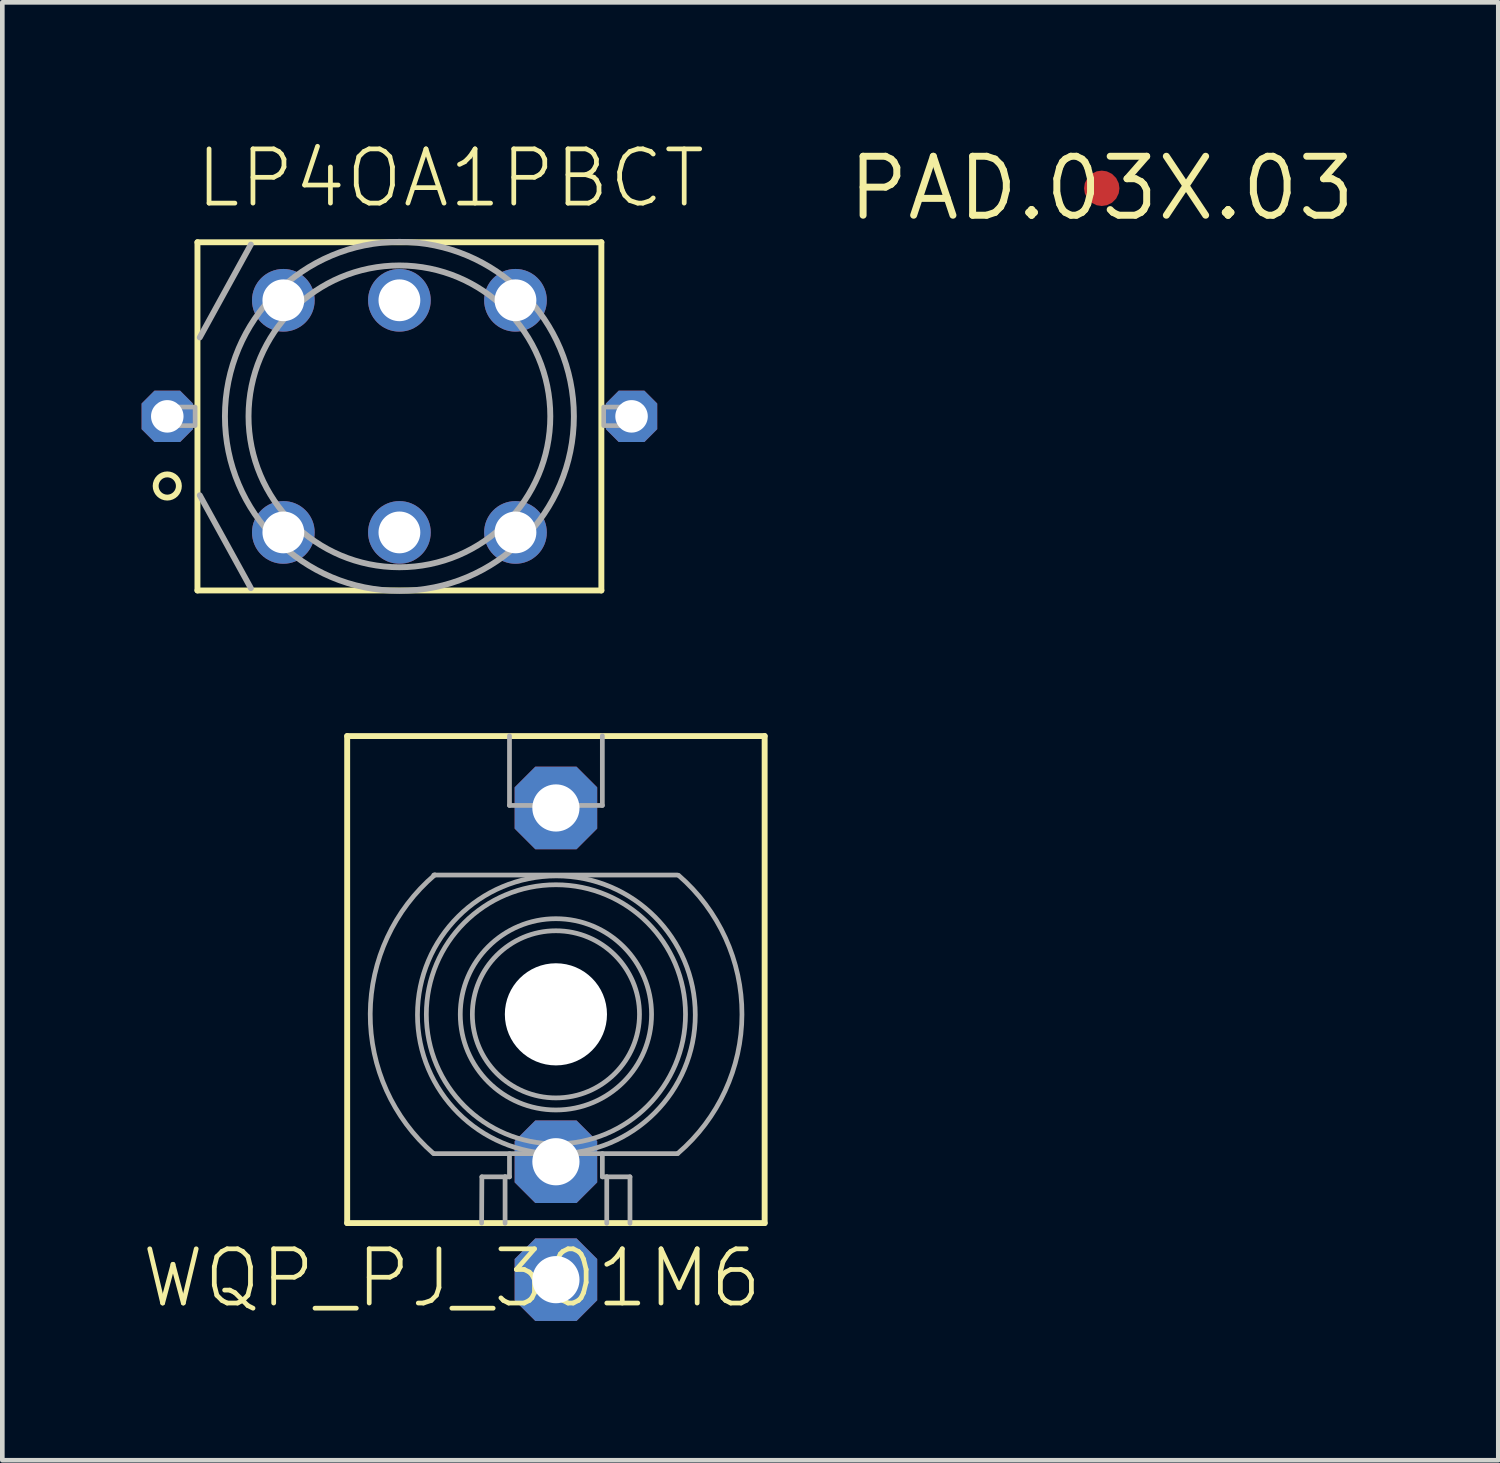
<source format=kicad_pcb>
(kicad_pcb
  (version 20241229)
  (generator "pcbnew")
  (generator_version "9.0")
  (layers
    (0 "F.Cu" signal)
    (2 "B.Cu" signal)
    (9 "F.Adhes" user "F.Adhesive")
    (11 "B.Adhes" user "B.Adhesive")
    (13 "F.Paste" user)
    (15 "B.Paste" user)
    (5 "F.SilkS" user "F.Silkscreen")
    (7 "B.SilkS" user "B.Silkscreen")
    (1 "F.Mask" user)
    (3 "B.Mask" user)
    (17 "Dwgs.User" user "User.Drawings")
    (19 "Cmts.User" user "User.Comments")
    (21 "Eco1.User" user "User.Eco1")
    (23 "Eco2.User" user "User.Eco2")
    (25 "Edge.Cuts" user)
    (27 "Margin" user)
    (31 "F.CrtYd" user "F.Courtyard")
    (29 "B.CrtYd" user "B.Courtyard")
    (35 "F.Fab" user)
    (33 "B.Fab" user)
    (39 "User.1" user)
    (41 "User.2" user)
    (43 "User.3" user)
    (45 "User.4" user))
  (footprint "WQP_PJ_301M6"
    (layer "F.Cu")
    (at 8.924 18.798)
    (property "Reference" "WQP_PJ_301M6" (at 4.5 5 0) (layer "F.SilkS") (effects (font (size 1.168 1.168) (thickness 0.102)) (justify right top)))
    (fp_line (start -4.496 -5.994) (end 4.496 -5.994) (stroke (width 0.127) (type solid)) (layer "F.SilkS"))
    (fp_line (start -4.496 4.496) (end -4.496 -5.994) (stroke (width 0.127) (type solid)) (layer "F.SilkS"))
    (fp_line (start 4.496 -5.994) (end 4.496 4.496) (stroke (width 0.127) (type solid)) (layer "F.SilkS"))
    (fp_line (start 4.496 4.496) (end -4.496 4.496) (stroke (width 0.127) (type solid)) (layer "F.SilkS"))
    (fp_line (start -2.631 -3) (end 2.62 -3) (stroke (width 0.102) (type solid)) (layer "F.Fab"))
    (fp_line (start -2.631 3) (end 2.62 3) (stroke (width 0.102) (type solid)) (layer "F.Fab"))
    (fp_line (start -1.6 4.496) (end -1.595 3.5) (stroke (width 0.102) (type solid)) (layer "F.Fab"))
    (fp_line (start -1.595 3.5) (end -1.095 3.5) (stroke (width 0.102) (type solid)) (layer "F.Fab"))
    (fp_line (start -1.095 3.5) (end -1.095 4.5) (stroke (width 0.102) (type solid)) (layer "F.Fab"))
    (fp_line (start -1.095 3.5) (end -1 3.5) (stroke (width 0.102) (type solid)) (layer "F.Fab"))
    (fp_line (start -1 -4.5) (end -1 -6) (stroke (width 0.102) (type solid)) (layer "F.Fab"))
    (fp_line (start -1 0) (end 1 0) (stroke (width 0.102) (type solid)) (layer "F.Fab"))
    (fp_line (start -1 3.5) (end -1 3) (stroke (width 0.102) (type solid)) (layer "F.Fab"))
    (fp_line (start 0 -1) (end 0 1) (stroke (width 0.102) (type solid)) (layer "F.Fab"))
    (fp_line (start 1 -6) (end 1 -4.5) (stroke (width 0.102) (type solid)) (layer "F.Fab"))
    (fp_line (start 1 -4.5) (end -1 -4.5) (stroke (width 0.102) (type solid)) (layer "F.Fab"))
    (fp_line (start 1 3) (end 1 3.5) (stroke (width 0.102) (type solid)) (layer "F.Fab"))
    (fp_line (start 1 3.5) (end 1.095 3.5) (stroke (width 0.102) (type solid)) (layer "F.Fab"))
    (fp_line (start 1.095 3.5) (end 1.095 4.5) (stroke (width 0.102) (type solid)) (layer "F.Fab"))
    (fp_line (start 1.095 3.5) (end 1.595 3.5) (stroke (width 0.102) (type solid)) (layer "F.Fab"))
    (fp_line (start 1.595 3.5) (end 1.595 4.5) (stroke (width 0.102) (type solid)) (layer "F.Fab"))
    (fp_arc (start -2.641998 2.994) (mid -3.999529 -0.012791) (end -2.608 -3.004) (stroke (width 0.1016) (type solid)) (layer "F.Fab"))
    (fp_arc (start 2.642 -2.994) (mid 4.007235 0.003208) (end 2.628 2.994) (stroke (width 0.1016) (type solid)) (layer "F.Fab"))
    (fp_circle (center 0 0) (end 1.8 0) (stroke (width 0.102) (type solid)) (fill no) (layer "F.Fab"))
    (fp_circle (center 0 0) (end 2.06 0) (stroke (width 0.102) (type solid)) (fill no) (layer "F.Fab"))
    (fp_circle (center 0 0) (end 2.791 0) (stroke (width 0.102) (type solid)) (fill no) (layer "F.Fab"))
    (fp_circle (center 0.01 0.01) (end 3.002 0.01) (stroke (width 0.102) (type solid)) (fill no) (layer "F.Fab"))
    (pad "" np_thru_hole circle (at 0 0) (size 2.2 2.2) (drill 2.2) (layers "*.Cu" "*.Mask"))
    (pad "P1" thru_hole roundrect (at 0 5.715) (size 1.778 1.778) (drill 1.016) (layers "*.Cu" "*.Mask") (roundrect_rratio 0.25) (chamfer_ratio 0.25) (chamfer top_left top_right bottom_left bottom_right))
    (pad "P2" thru_hole roundrect (at 0 3.175) (size 1.778 1.778) (drill 1.016) (layers "*.Cu" "*.Mask") (roundrect_rratio 0.25) (chamfer_ratio 0.25) (chamfer top_left top_right bottom_left bottom_right))
    (pad "P3" thru_hole roundrect (at 0 -4.445) (size 1.778 1.778) (drill 1.016) (layers "*.Cu" "*.Mask") (roundrect_rratio 0.25) (chamfer_ratio 0.25) (chamfer top_left top_right bottom_left bottom_right)))
  (footprint "LP4OA1PBCT"
    (layer "F.Cu")
    (at 5.553 5.918)
    (property "Reference" "LP4OA1PBCT" (at -4.445 -4.445 0) (layer "F.SilkS") (effects (font (size 1.168 1.168) (thickness 0.102)) (justify left bottom)))
    (fp_line (start -4.35 -3.75) (end 4.35 -3.75) (stroke (width 0.127) (type solid)) (layer "F.SilkS"))
    (fp_line (start -4.35 3.75) (end -4.35 -3.75) (stroke (width 0.127) (type solid)) (layer "F.SilkS"))
    (fp_line (start -4.35 3.75) (end 4.35 3.75) (stroke (width 0.127) (type solid)) (layer "F.SilkS"))
    (fp_line (start 4.35 3.75) (end 4.35 -3.75) (stroke (width 0.127) (type solid)) (layer "F.SilkS"))
    (fp_circle (center -5 1.5) (end -4.75 1.5) (stroke (width 0.127) (type solid)) (fill no) (layer "F.SilkS"))
    (fp_line (start -4.3 1.7) (end -3.2 3.7) (stroke (width 0.127) (type solid)) (layer "F.Fab"))
    (fp_line (start -3.2 -3.7) (end -4.3 -1.7) (stroke (width 0.127) (type solid)) (layer "F.Fab"))
    (fp_circle (center 0 0) (end 3.25 0) (stroke (width 0.127) (type solid)) (fill no) (layer "F.Fab"))
    (fp_circle (center 0 0) (end 3.758 0) (stroke (width 0.127) (type solid)) (fill no) (layer "F.Fab"))
    (fp_poly (pts (xy -5 0.2) (xy -4.4 0.2) (xy -4.4 -0.2) (xy -5 -0.2)) (stroke (width 0.1) (type solid)) (fill no) (layer "F.Fab"))
    (fp_poly (pts (xy 4.4 0.2) (xy 5 0.2) (xy 5 -0.2) (xy 4.4 -0.2)) (stroke (width 0.1) (type solid)) (fill no) (layer "F.Fab"))
    (pad "L1" thru_hole roundrect (at 5 0) (size 1.106 1.106) (drill 0.7) (layers "*.Cu" "*.Mask") (roundrect_rratio 0.25) (chamfer_ratio 0.25) (chamfer top_left top_right bottom_left bottom_right))
    (pad "L2" thru_hole roundrect (at -5 0) (size 1.106 1.106) (drill 0.7) (layers "*.Cu" "*.Mask") (roundrect_rratio 0.25) (chamfer_ratio 0.25) (chamfer top_left top_right bottom_left bottom_right))
    (pad "P1" thru_hole circle (at 2.5 -2.5) (size 1.35 1.35) (drill 0.9) (layers "*.Cu" "*.Mask"))
    (pad "P2" thru_hole circle (at 0 -2.5) (size 1.35 1.35) (drill 0.9) (layers "*.Cu" "*.Mask"))
    (pad "P3" thru_hole circle (at -2.5 -2.5) (size 1.35 1.35) (drill 0.9) (layers "*.Cu" "*.Mask"))
    (pad "P4" thru_hole circle (at 2.5 2.5) (size 1.35 1.35) (drill 0.9) (layers "*.Cu" "*.Mask"))
    (pad "P5" thru_hole circle (at 0 2.5) (size 1.35 1.35) (drill 0.9) (layers "*.Cu" "*.Mask"))
    (pad "P6" thru_hole circle (at -2.5 2.5) (size 1.35 1.35) (drill 0.9) (layers "*.Cu" "*.Mask")))
  (footprint "PAD.03X.03"
    (layer "F.Cu")
    (at 20.681 1.006)
    (property "Reference" "PAD.03X.03" (at 0 0 0) (layer "F.SilkS") (effects (font (size 1.27 1.27) (thickness 0.15))))
    (pad "P$1" smd roundrect (at 0 0) (size 0.762 0.762) (layers "F.Cu" "F.Mask") (roundrect_rratio 0.5)))
  (gr_rect
    (start -3 -3)
    (end 29.222 28.402)
    (stroke (width 0.1) (type default))
    (fill no)
    (layer "Edge.Cuts")))
</source>
